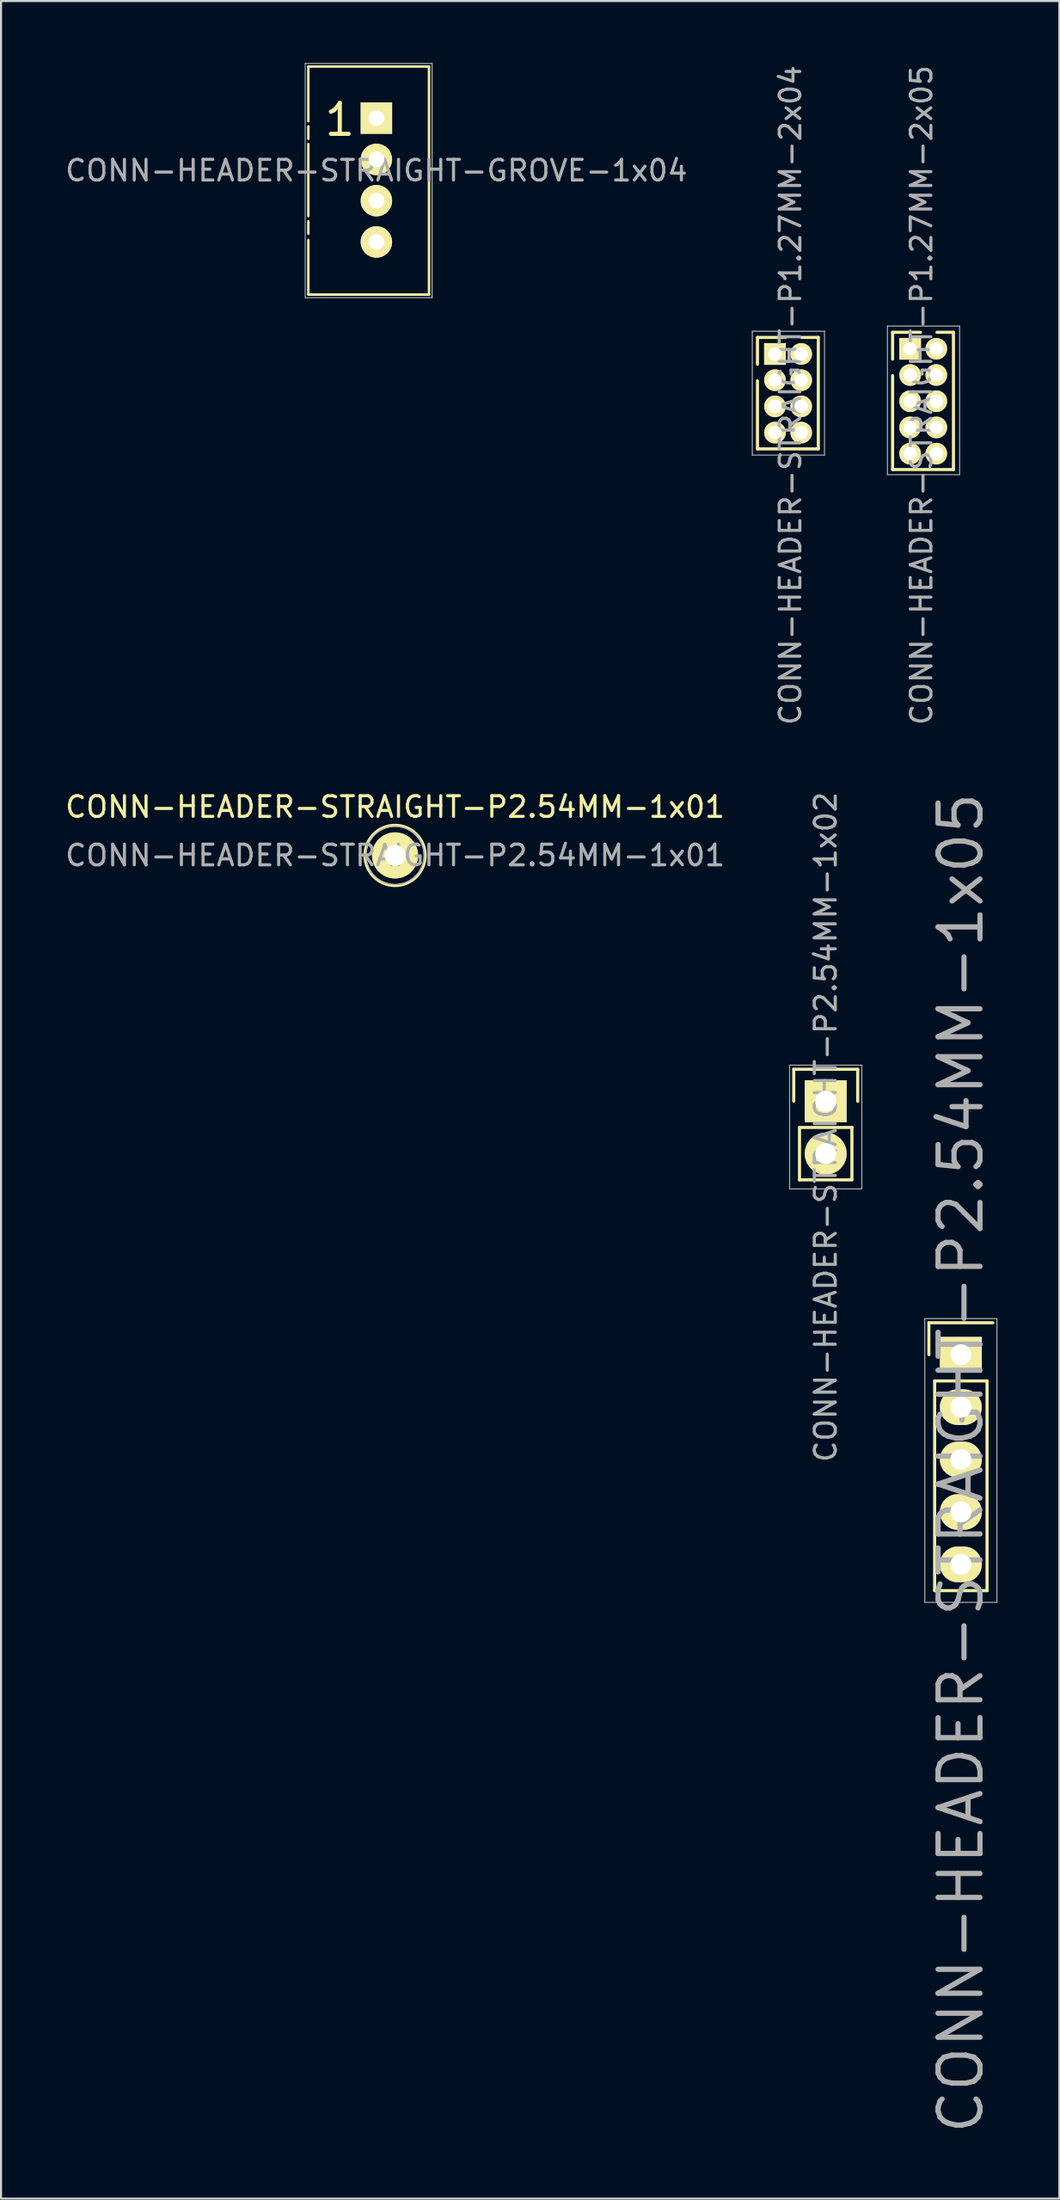
<source format=kicad_pcb>
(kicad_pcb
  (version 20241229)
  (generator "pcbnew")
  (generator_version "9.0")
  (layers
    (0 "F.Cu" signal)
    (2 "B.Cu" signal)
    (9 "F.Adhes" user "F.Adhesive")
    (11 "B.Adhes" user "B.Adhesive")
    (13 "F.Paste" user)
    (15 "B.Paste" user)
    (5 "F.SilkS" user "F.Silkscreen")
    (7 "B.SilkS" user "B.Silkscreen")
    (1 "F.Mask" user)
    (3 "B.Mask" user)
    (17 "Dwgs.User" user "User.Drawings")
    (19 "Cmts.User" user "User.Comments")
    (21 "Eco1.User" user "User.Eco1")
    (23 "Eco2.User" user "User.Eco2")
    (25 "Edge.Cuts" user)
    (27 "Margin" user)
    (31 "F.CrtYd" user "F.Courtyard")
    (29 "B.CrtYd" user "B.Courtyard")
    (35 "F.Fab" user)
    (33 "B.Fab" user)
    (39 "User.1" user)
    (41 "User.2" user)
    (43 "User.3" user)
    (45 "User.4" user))
  (footprint "CONN-HEADER-STRAIGHT-GROVE-1x04"
    (layer "F.Cu")
    (at 15.196 2.675)
    (property "Reference" "CONN-HEADER-STRAIGHT-GROVE-1x04" (at 0 2.54 0) (layer "F.Fab") (effects (font (size 1 1) (thickness 0.15))))
    (attr smd)
    (fp_line (start -3.3 -2.5) (end -3.3 0.15) (stroke (width 0.12) (type solid)) (layer "F.SilkS"))
    (fp_line (start -3.3 -2.5) (end 2.55 -2.5) (stroke (width 0.12) (type solid)) (layer "F.SilkS"))
    (fp_line (start -3.3 0.4) (end -3.3 1) (stroke (width 0.12) (type solid)) (layer "F.SilkS"))
    (fp_line (start -3.3 1.25) (end -3.3 4.75) (stroke (width 0.12) (type solid)) (layer "F.SilkS"))
    (fp_line (start -3.3 5) (end -3.3 5.6) (stroke (width 0.12) (type solid)) (layer "F.SilkS"))
    (fp_line (start -3.3 5.9) (end -3.3 8.55) (stroke (width 0.12) (type solid)) (layer "F.SilkS"))
    (fp_line (start -3.3 8.55) (end 2.55 8.55) (stroke (width 0.12) (type solid)) (layer "F.SilkS"))
    (fp_line (start 2.55 -2.5) (end 2.55 8.55) (stroke (width 0.12) (type solid)) (layer "F.SilkS"))
    (fp_line (start -3.45 -2.65) (end -3.45 8.7) (stroke (width 0.05) (type solid)) (layer "F.Fab"))
    (fp_line (start -3.45 -2.65) (end 2.7 -2.65) (stroke (width 0.05) (type solid)) (layer "F.Fab"))
    (fp_line (start -3.45 8.7) (end 2.7 8.7) (stroke (width 0.05) (type solid)) (layer "F.Fab"))
    (fp_line (start 2.7 8.7) (end 2.7 -2.65) (stroke (width 0.05) (type solid)) (layer "F.Fab"))
    (fp_text user "1" (at -1.775 0.075 0) (layer "F.SilkS") (effects (font (size 1.5 1.5) (thickness 0.2))))
    (pad "1" thru_hole rect (at 0 0) (size 1.524 1.524) (drill 0.762) (layers "*.Cu" "*.Mask" "F.SilkS"))
    (pad "2" thru_hole circle (at 0 2) (size 1.524 1.524) (drill 0.762) (layers "*.Cu" "*.Mask" "F.SilkS"))
    (pad "3" thru_hole circle (at 0 4) (size 1.524 1.524) (drill 0.762) (layers "*.Cu" "*.Mask" "F.SilkS"))
    (pad "4" thru_hole circle (at 0 6) (size 1.524 1.524) (drill 0.762) (layers "*.Cu" "*.Mask" "F.SilkS")))
  (footprint "CONN-HEADER-STRAIGHT-P1.27MM-2x05"
    (layer "F.Cu")
    (at 41.069 13.851)
    (property "Reference" "CONN-HEADER-STRAIGHT-P1.27MM-2x05" (at 0.55 2.25 90) (layer "F.Fab") (effects (font (size 1 1) (thickness 0.15))))
    (attr smd)
    (fp_line (start -0.85 -0.8) (end -0.85 0.5) (stroke (width 0.15) (type solid)) (layer "F.SilkS"))
    (fp_line (start -0.85 5.85) (end -0.85 1.3) (stroke (width 0.15) (type solid)) (layer "F.SilkS"))
    (fp_line (start 0.5 -0.8) (end -0.85 -0.8) (stroke (width 0.15) (type solid)) (layer "F.SilkS"))
    (fp_line (start 2.1 -0.8) (end 1.3 -0.8) (stroke (width 0.15) (type solid)) (layer "F.SilkS"))
    (fp_line (start 2.1 5.85) (end -0.85 5.85) (stroke (width 0.15) (type solid)) (layer "F.SilkS"))
    (fp_line (start 2.1 5.85) (end 2.1 -0.8) (stroke (width 0.15) (type solid)) (layer "F.SilkS"))
    (fp_line (start -1.1 -1.1) (end -1.1 6.1) (stroke (width 0.051) (type solid)) (layer "F.Fab"))
    (fp_line (start -1.1 6.1) (end 2.4 6.1) (stroke (width 0.051) (type solid)) (layer "F.Fab"))
    (fp_line (start 2.4 -1.1) (end -1.1 -1.1) (stroke (width 0.051) (type solid)) (layer "F.Fab"))
    (fp_line (start 2.4 6.1) (end 2.4 -1.1) (stroke (width 0.051) (type solid)) (layer "F.Fab"))
    (pad "1" thru_hole rect (at 0 0) (size 1.05 1.05) (drill 0.65) (layers "*.Cu" "*.Mask" "F.SilkS"))
    (pad "2" thru_hole circle (at 1.27 0) (size 1.05 1.05) (drill 0.65) (layers "*.Cu" "*.Mask" "F.SilkS"))
    (pad "3" thru_hole circle (at 0 1.27) (size 1.05 1.05) (drill 0.65) (layers "*.Cu" "*.Mask" "F.SilkS"))
    (pad "4" thru_hole circle (at 1.27 1.27) (size 1.05 1.05) (drill 0.65) (layers "*.Cu" "*.Mask" "F.SilkS"))
    (pad "5" thru_hole circle (at 0 2.54) (size 1.05 1.05) (drill 0.65) (layers "*.Cu" "*.Mask" "F.SilkS"))
    (pad "6" thru_hole circle (at 1.27 2.54) (size 1.05 1.05) (drill 0.65) (layers "*.Cu" "*.Mask" "F.SilkS"))
    (pad "7" thru_hole circle (at 0 3.81) (size 1.05 1.05) (drill 0.65) (layers "*.Cu" "*.Mask" "F.SilkS"))
    (pad "8" thru_hole circle (at 1.27 3.81) (size 1.05 1.05) (drill 0.65) (layers "*.Cu" "*.Mask" "F.SilkS"))
    (pad "9" thru_hole circle (at 0 5.08) (size 1.05 1.05) (drill 0.65) (layers "*.Cu" "*.Mask" "F.SilkS"))
    (pad "10" thru_hole circle (at 1.27 5.08) (size 1.05 1.05) (drill 0.65) (layers "*.Cu" "*.Mask" "F.SilkS")))
  (footprint "CONN-HEADER-STRAIGHT-P2.54MM-1x02"
    (layer "F.Cu")
    (at 36.977 50.311)
    (property "Reference" "CONN-HEADER-STRAIGHT-P2.54MM-1x02" (at 0 1.25 90) (layer "F.Fab") (effects (font (size 1.016 1.016) (thickness 0.152))))
    (attr smd)
    (fp_line (start -1.55 -1.55) (end 1.55 -1.55) (stroke (width 0.15) (type solid)) (layer "F.SilkS"))
    (fp_line (start -1.55 0) (end -1.55 -1.55) (stroke (width 0.15) (type solid)) (layer "F.SilkS"))
    (fp_line (start -1.27 1.27) (end -1.27 3.81) (stroke (width 0.15) (type solid)) (layer "F.SilkS"))
    (fp_line (start -1.27 3.81) (end 1.27 3.81) (stroke (width 0.15) (type solid)) (layer "F.SilkS"))
    (fp_line (start 1.27 1.27) (end -1.27 1.27) (stroke (width 0.15) (type solid)) (layer "F.SilkS"))
    (fp_line (start 1.27 1.27) (end 1.27 3.81) (stroke (width 0.15) (type solid)) (layer "F.SilkS"))
    (fp_line (start 1.55 -1.55) (end 1.55 0) (stroke (width 0.15) (type solid)) (layer "F.SilkS"))
    (fp_line (start -1.75 -1.75) (end -1.75 4.25) (stroke (width 0.05) (type solid)) (layer "F.Fab"))
    (fp_line (start 1.75 -1.75) (end -1.75 -1.75) (stroke (width 0.05) (type solid)) (layer "F.Fab"))
    (fp_line (start 1.75 4.25) (end -1.75 4.25) (stroke (width 0.05) (type solid)) (layer "F.Fab"))
    (fp_line (start 1.75 4.25) (end 1.75 -1.75) (stroke (width 0.05) (type solid)) (layer "F.Fab"))
    (pad "1" thru_hole rect (at 0 0) (size 2.032 2.032) (drill 1.016) (layers "*.Cu" "*.Mask" "F.SilkS"))
    (pad "2" thru_hole oval (at 0 2.54) (size 2.032 2.032) (drill 1.016) (layers "*.Cu" "*.Mask" "F.SilkS")))
  (footprint "CONN-HEADER-STRAIGHT-P2.54MM-1x05"
    (layer "F.Cu")
    (at 43.528 62.594)
    (property "Reference" "CONN-HEADER-STRAIGHT-P2.54MM-1x05" (at 0 5.25 90) (layer "F.Fab") (effects (font (size 2.032 2.032) (thickness 0.254))))
    (attr smd)
    (fp_line (start -1.55 -1.55) (end 1.55 -1.55) (stroke (width 0.15) (type solid)) (layer "F.SilkS"))
    (fp_line (start -1.55 0) (end -1.55 -1.55) (stroke (width 0.15) (type solid)) (layer "F.SilkS"))
    (fp_line (start -1.27 11.43) (end -1.27 1.27) (stroke (width 0.15) (type solid)) (layer "F.SilkS"))
    (fp_line (start 1.27 1.27) (end -1.27 1.27) (stroke (width 0.15) (type solid)) (layer "F.SilkS"))
    (fp_line (start 1.27 1.27) (end 1.27 11.43) (stroke (width 0.15) (type solid)) (layer "F.SilkS"))
    (fp_line (start 1.27 11.43) (end -1.27 11.43) (stroke (width 0.15) (type solid)) (layer "F.SilkS"))
    (fp_line (start -1.75 -1.75) (end -1.75 12) (stroke (width 0.051) (type solid)) (layer "F.Fab"))
    (fp_line (start -1.75 12) (end 1.75 12) (stroke (width 0.051) (type solid)) (layer "F.Fab"))
    (fp_line (start 1.75 -1.75) (end -1.75 -1.75) (stroke (width 0.051) (type solid)) (layer "F.Fab"))
    (fp_line (start 1.75 12) (end 1.75 -1.75) (stroke (width 0.051) (type solid)) (layer "F.Fab"))
    (pad "1" thru_hole rect (at 0 0) (size 2.032 1.727) (drill 1.016) (layers "*.Cu" "*.Mask" "F.SilkS"))
    (pad "2" thru_hole oval (at 0 2.54) (size 2.032 1.727) (drill 1.016) (layers "*.Cu" "*.Mask" "F.SilkS"))
    (pad "3" thru_hole oval (at 0 5.08) (size 2.032 1.727) (drill 1.016) (layers "*.Cu" "*.Mask" "F.SilkS"))
    (pad "4" thru_hole oval (at 0 7.62) (size 2.032 1.727) (drill 1.016) (layers "*.Cu" "*.Mask" "F.SilkS"))
    (pad "5" thru_hole oval (at 0 10.16) (size 2.032 1.727) (drill 1.016) (layers "*.Cu" "*.Mask" "F.SilkS")))
  (footprint "CONN-HEADER-STRAIGHT-P2.54MM-1x01"
    (layer "F.Cu")
    (at 16.101 38.4)
    (property "Reference" "CONN-HEADER-STRAIGHT-P2.54MM-1x01" (at 0 -2.349 0) (layer "F.SilkS") (effects (font (size 1 1) (thickness 0.15))))
    (attr smd)
    (fp_circle (center 0 0) (end 1.25 0.75) (stroke (width 0.152) (type solid)) (fill no) (layer "F.SilkS"))
    (fp_circle (center 0 0) (end 1 1) (stroke (width 0.051) (type solid)) (fill no) (layer "F.Fab"))
    (fp_text user "${REFERENCE}" (at 0 0 0) (layer "F.Fab") (effects (font (size 1 1) (thickness 0.15))))
    (pad "1" thru_hole circle (at 0 0) (size 2.235 2.235) (drill 1.016) (layers "*.Cu" "*.Mask" "F.SilkS")))
  (footprint "CONN-HEADER-STRAIGHT-P1.27MM-2x04"
    (layer "F.Cu")
    (at 34.518 14.101)
    (property "Reference" "CONN-HEADER-STRAIGHT-P1.27MM-2x04" (at 0.75 2 90) (layer "F.Fab") (effects (font (size 1 1) (thickness 0.15))))
    (attr smd)
    (fp_line (start -0.85 -0.8) (end -0.85 0.5) (stroke (width 0.15) (type solid)) (layer "F.SilkS"))
    (fp_line (start -0.85 4.6) (end -0.85 1.3) (stroke (width 0.15) (type solid)) (layer "F.SilkS"))
    (fp_line (start 0.5 -0.8) (end -0.85 -0.8) (stroke (width 0.15) (type solid)) (layer "F.SilkS"))
    (fp_line (start 2.1 -0.8) (end 1.3 -0.8) (stroke (width 0.15) (type solid)) (layer "F.SilkS"))
    (fp_line (start 2.1 4.6) (end -0.85 4.6) (stroke (width 0.15) (type solid)) (layer "F.SilkS"))
    (fp_line (start 2.1 4.6) (end 2.1 -0.8) (stroke (width 0.15) (type solid)) (layer "F.SilkS"))
    (fp_line (start -1.1 -1.1) (end -1.1 4.9) (stroke (width 0.051) (type solid)) (layer "F.Fab"))
    (fp_line (start -1.1 4.9) (end 2.4 4.9) (stroke (width 0.051) (type solid)) (layer "F.Fab"))
    (fp_line (start 2.4 -1.1) (end -1.1 -1.1) (stroke (width 0.051) (type solid)) (layer "F.Fab"))
    (fp_line (start 2.4 4.9) (end 2.4 -1.1) (stroke (width 0.051) (type solid)) (layer "F.Fab"))
    (pad "1" thru_hole rect (at 0 0) (size 1.05 1.05) (drill 0.65) (layers "*.Cu" "*.Mask" "F.SilkS"))
    (pad "2" thru_hole circle (at 1.27 0) (size 1.05 1.05) (drill 0.65) (layers "*.Cu" "*.Mask" "F.SilkS"))
    (pad "3" thru_hole circle (at 0 1.27) (size 1.05 1.05) (drill 0.65) (layers "*.Cu" "*.Mask" "F.SilkS"))
    (pad "4" thru_hole circle (at 1.27 1.27) (size 1.05 1.05) (drill 0.65) (layers "*.Cu" "*.Mask" "F.SilkS"))
    (pad "5" thru_hole circle (at 0 2.54) (size 1.05 1.05) (drill 0.65) (layers "*.Cu" "*.Mask" "F.SilkS"))
    (pad "6" thru_hole circle (at 1.27 2.54) (size 1.05 1.05) (drill 0.65) (layers "*.Cu" "*.Mask" "F.SilkS"))
    (pad "7" thru_hole circle (at 0 3.81) (size 1.05 1.05) (drill 0.65) (layers "*.Cu" "*.Mask" "F.SilkS"))
    (pad "8" thru_hole circle (at 1.27 3.81) (size 1.05 1.05) (drill 0.65) (layers "*.Cu" "*.Mask" "F.SilkS")))
  (gr_rect
    (start -3 -3)
    (end 48.303 103.485)
    (stroke (width 0.1) (type default))
    (fill no)
    (layer "Edge.Cuts")))
</source>
